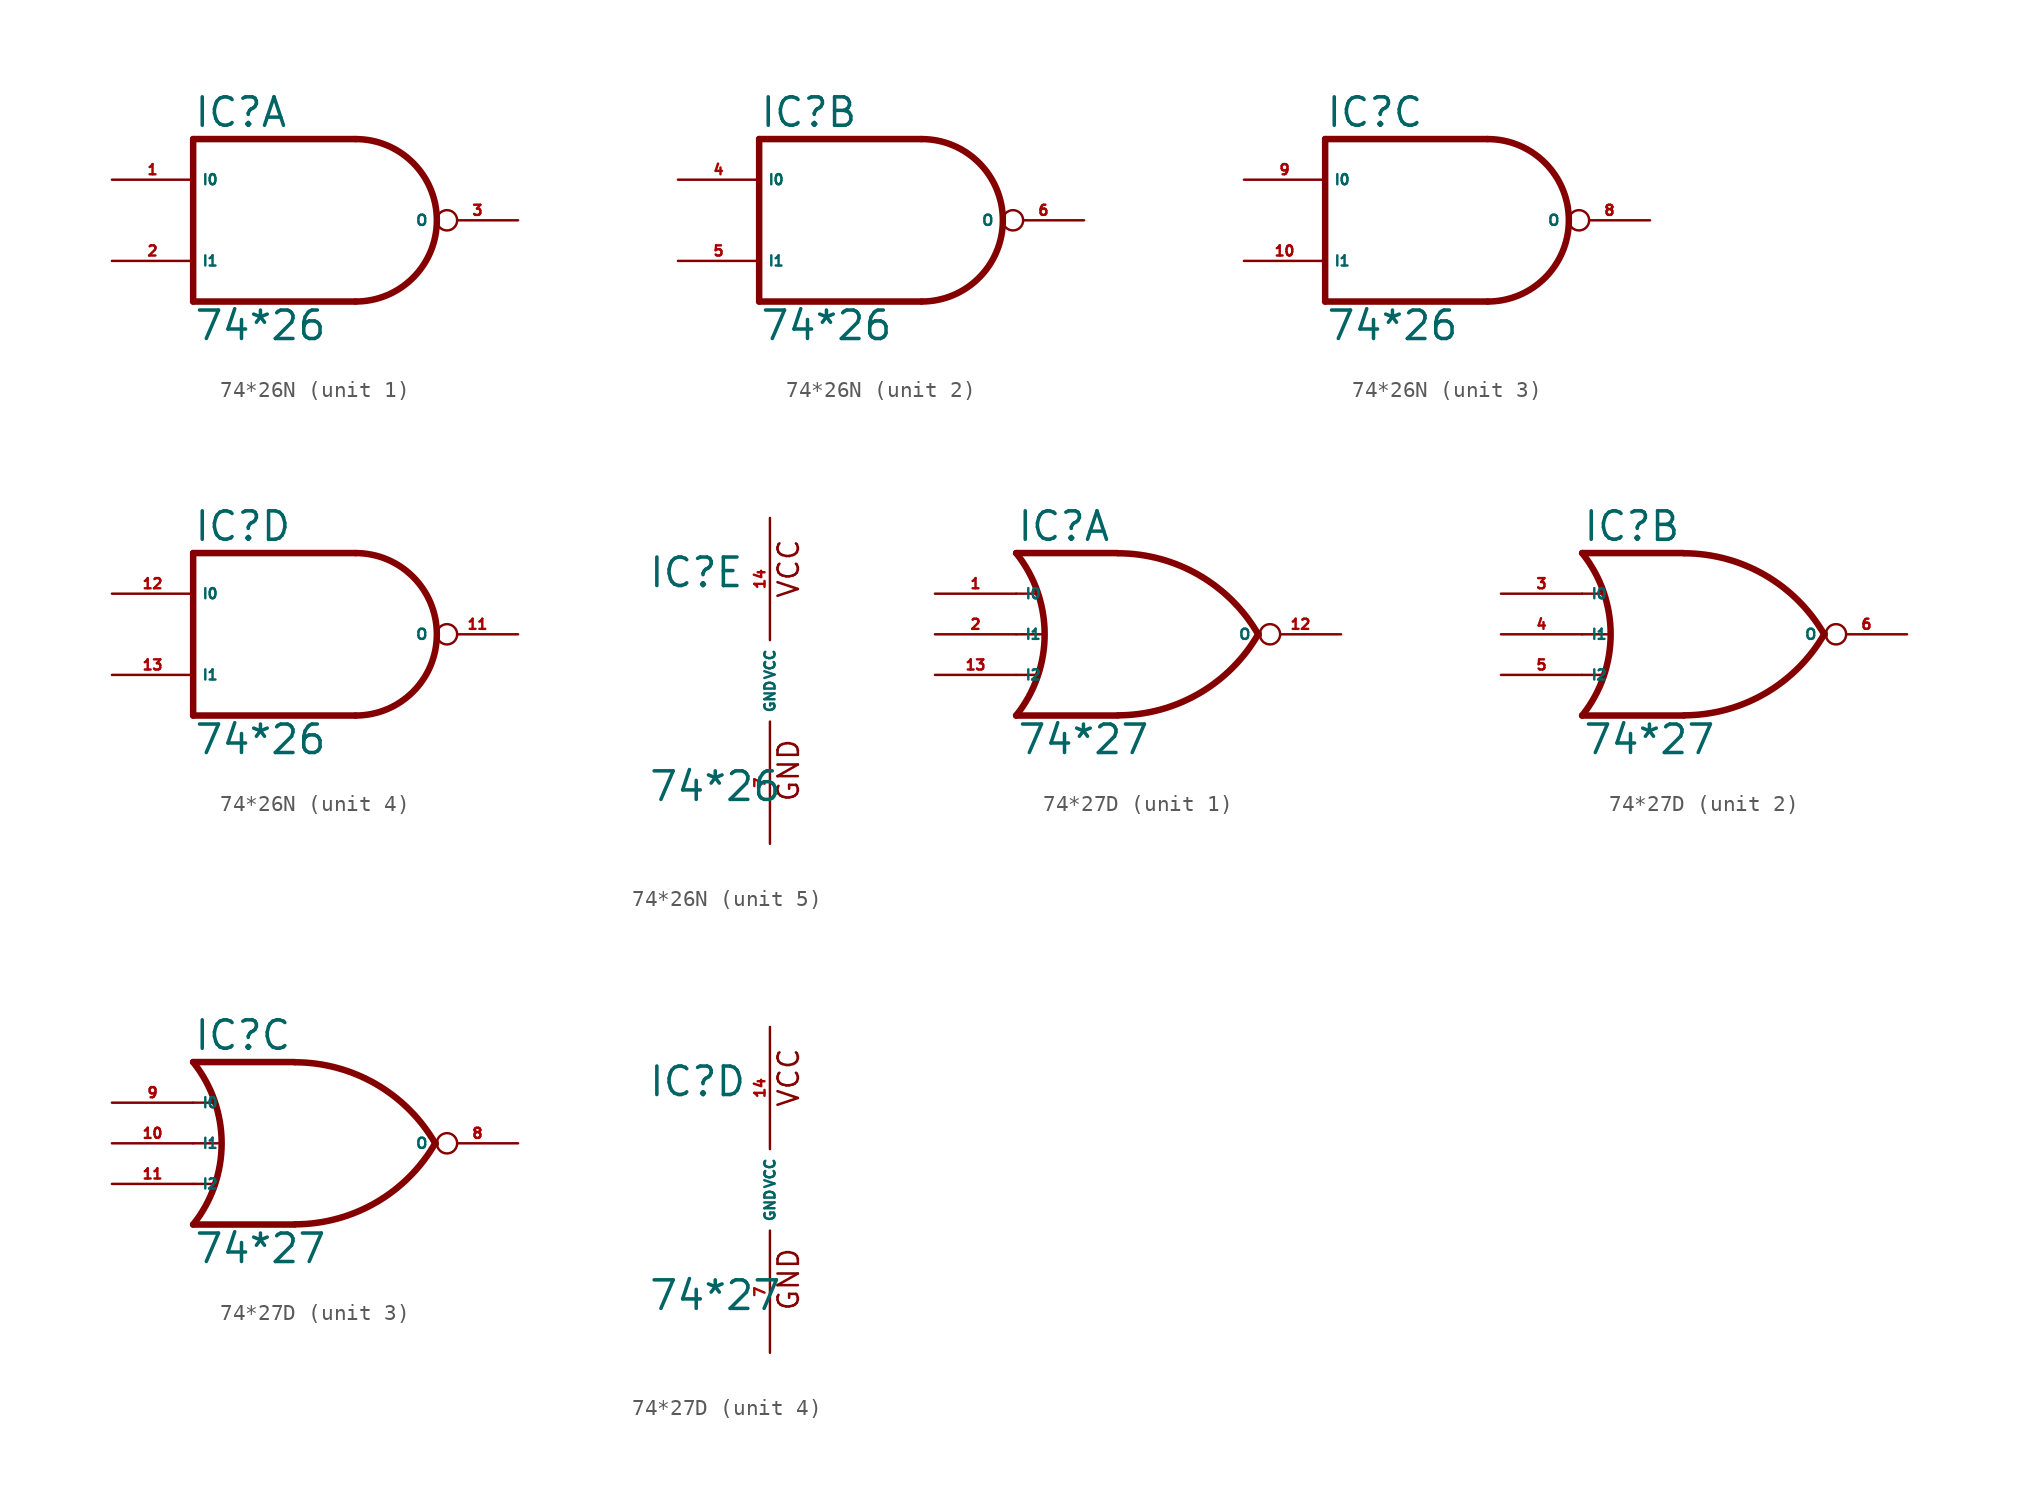
<source format=kicad_sym>
(kicad_symbol_lib
  (version 20220914)
  (generator Eagle2Kicad)
  (symbol "74*26N"
    (property "Reference" "IC"
      (at -7.62 5.715 0)
      (effects (font (size 1.778 1.778) (thickness 0.22)) (justify left bottom)))
    (property "Value" "74*26"
      (at -7.62 -7.62 0)
      (effects (font (size 1.778 1.778) (thickness 0.22)) (justify left bottom)))
    (symbol "74*26N_1_0"
      (polyline (pts (xy 2.54 5.08) (xy -7.62 5.08)) (stroke (width 0.406) (type default)) (fill (type none)))
      (polyline (pts (xy -7.62 5.08) (xy -7.62 -5.08)) (stroke (width 0.406) (type default)) (fill (type none)))
      (polyline (pts (xy -7.62 -5.08) (xy 2.54 -5.08)) (stroke (width 0.406) (type default)) (fill (type none)))
      (arc (start 2.54 -5.08) (mid 7.620 0.000) (end 2.54 5.08) (stroke (width 0.4064) (type default)) (fill (type none)))
      (pin input line (at -12.7 2.54 0) (length 5.08) (name "I0" (effects (font (size 0.635 0.635) (thickness 0.08)) (justify left bottom))) (number "1" (effects (font (size 0.635 0.635) (thickness 0.08)) (justify left bottom))))
      (pin input line (at -12.7 -2.54 0) (length 5.08) (name "I1" (effects (font (size 0.635 0.635) (thickness 0.08)) (justify left bottom))) (number "2" (effects (font (size 0.635 0.635) (thickness 0.08)) (justify left bottom))))
      (pin open_collector inverted (at 12.7 0 180) (length 5.08) (name "O" (effects (font (size 0.635 0.635) (thickness 0.08)) (justify left bottom))) (number "3" (effects (font (size 0.635 0.635) (thickness 0.08)) (justify left bottom)))))
    (symbol "74*26N_2_0"
      (polyline (pts (xy 2.54 5.08) (xy -7.62 5.08)) (stroke (width 0.406) (type default)) (fill (type none)))
      (polyline (pts (xy -7.62 5.08) (xy -7.62 -5.08)) (stroke (width 0.406) (type default)) (fill (type none)))
      (polyline (pts (xy -7.62 -5.08) (xy 2.54 -5.08)) (stroke (width 0.406) (type default)) (fill (type none)))
      (arc (start 2.54 -5.08) (mid 7.620 0.000) (end 2.54 5.08) (stroke (width 0.4064) (type default)) (fill (type none)))
      (pin input line (at -12.7 2.54 0) (length 5.08) (name "I0" (effects (font (size 0.635 0.635) (thickness 0.08)) (justify left bottom))) (number "4" (effects (font (size 0.635 0.635) (thickness 0.08)) (justify left bottom))))
      (pin input line (at -12.7 -2.54 0) (length 5.08) (name "I1" (effects (font (size 0.635 0.635) (thickness 0.08)) (justify left bottom))) (number "5" (effects (font (size 0.635 0.635) (thickness 0.08)) (justify left bottom))))
      (pin open_collector inverted (at 12.7 0 180) (length 5.08) (name "O" (effects (font (size 0.635 0.635) (thickness 0.08)) (justify left bottom))) (number "6" (effects (font (size 0.635 0.635) (thickness 0.08)) (justify left bottom)))))
    (symbol "74*26N_3_0"
      (polyline (pts (xy 2.54 5.08) (xy -7.62 5.08)) (stroke (width 0.406) (type default)) (fill (type none)))
      (polyline (pts (xy -7.62 5.08) (xy -7.62 -5.08)) (stroke (width 0.406) (type default)) (fill (type none)))
      (polyline (pts (xy -7.62 -5.08) (xy 2.54 -5.08)) (stroke (width 0.406) (type default)) (fill (type none)))
      (arc (start 2.54 -5.08) (mid 7.620 0.000) (end 2.54 5.08) (stroke (width 0.4064) (type default)) (fill (type none)))
      (pin input line (at -12.7 2.54 0) (length 5.08) (name "I0" (effects (font (size 0.635 0.635) (thickness 0.08)) (justify left bottom))) (number "9" (effects (font (size 0.635 0.635) (thickness 0.08)) (justify left bottom))))
      (pin input line (at -12.7 -2.54 0) (length 5.08) (name "I1" (effects (font (size 0.635 0.635) (thickness 0.08)) (justify left bottom))) (number "10" (effects (font (size 0.635 0.635) (thickness 0.08)) (justify left bottom))))
      (pin open_collector inverted (at 12.7 0 180) (length 5.08) (name "O" (effects (font (size 0.635 0.635) (thickness 0.08)) (justify left bottom))) (number "8" (effects (font (size 0.635 0.635) (thickness 0.08)) (justify left bottom)))))
    (symbol "74*26N_4_0"
      (polyline (pts (xy 2.54 5.08) (xy -7.62 5.08)) (stroke (width 0.406) (type default)) (fill (type none)))
      (polyline (pts (xy -7.62 5.08) (xy -7.62 -5.08)) (stroke (width 0.406) (type default)) (fill (type none)))
      (polyline (pts (xy -7.62 -5.08) (xy 2.54 -5.08)) (stroke (width 0.406) (type default)) (fill (type none)))
      (arc (start 2.54 -5.08) (mid 7.620 0.000) (end 2.54 5.08) (stroke (width 0.4064) (type default)) (fill (type none)))
      (pin input line (at -12.7 2.54 0) (length 5.08) (name "I0" (effects (font (size 0.635 0.635) (thickness 0.08)) (justify left bottom))) (number "12" (effects (font (size 0.635 0.635) (thickness 0.08)) (justify left bottom))))
      (pin input line (at -12.7 -2.54 0) (length 5.08) (name "I1" (effects (font (size 0.635 0.635) (thickness 0.08)) (justify left bottom))) (number "13" (effects (font (size 0.635 0.635) (thickness 0.08)) (justify left bottom))))
      (pin open_collector inverted (at 12.7 0 180) (length 5.08) (name "O" (effects (font (size 0.635 0.635) (thickness 0.08)) (justify left bottom))) (number "11" (effects (font (size 0.635 0.635) (thickness 0.08)) (justify left bottom)))))
    (symbol "74*26N_5_0"
      (text "GND" (at 1.905 -7.62 900) (effects (font (size 1.27 1.27) (thickness 0.16)) (justify left bottom)))
      (text "VCC" (at 1.905 5.08 900) (effects (font (size 1.27 1.27) (thickness 0.16)) (justify left bottom)))
      (pin unspecified line (at 0 -10.16 90) (length 7.62) (name "GND" (effects (font (size 0.635 0.635) (thickness 0.08)) (justify left bottom))) (number "7" (effects (font (size 0.635 0.635) (thickness 0.08)) (justify left bottom))))
      (pin unspecified line (at 0 10.16 270) (length 7.62) (name "VCC" (effects (font (size 0.635 0.635) (thickness 0.08)) (justify left bottom))) (number "14" (effects (font (size 0.635 0.635) (thickness 0.08)) (justify left bottom))))))
  (symbol "74*27D"
    (property "Reference" "IC"
      (at -7.62 5.715 0)
      (effects (font (size 1.778 1.778) (thickness 0.22)) (justify left bottom)))
    (property "Value" "74*27"
      (at -7.62 -7.62 0)
      (effects (font (size 1.778 1.778) (thickness 0.22)) (justify left bottom)))
    (symbol "74*27D_1_0"
      (polyline (pts (xy -1.27 5.08) (xy -7.62 5.08)) (stroke (width 0.406) (type default)) (fill (type none)))
      (polyline (pts (xy -1.27 -5.08) (xy -7.62 -5.08)) (stroke (width 0.406) (type default)) (fill (type none)))
      (polyline (pts (xy -7.62 2.54) (xy -6.35 2.54)) (stroke (width 0.152) (type default)) (fill (type none)))
      (polyline (pts (xy -7.62 -2.54) (xy -6.35 -2.54)) (stroke (width 0.152) (type default)) (fill (type none)))
      (arc (start -1.2446 -5.0678) (mid 3.837 -3.689) (end 7.5439 0.0507) (stroke (width 0.4064) (type default)) (fill (type none)))
      (arc (start 7.5442 -0.0505) (mid 3.837 3.689) (end -1.2446 5.0678) (stroke (width 0.4064) (type default)) (fill (type none)))
      (arc (start -7.62 -5.08) (mid -5.838 0.000) (end -7.62 5.08) (stroke (width 0.4064) (type default)) (fill (type none)))
      (polyline (pts (xy -7.62 0) (xy -5.842 0)) (stroke (width 0.152) (type default)) (fill (type none)))
      (pin input line (at -12.7 2.54 0) (length 5.08) (name "I0" (effects (font (size 0.635 0.635) (thickness 0.08)) (justify left bottom))) (number "1" (effects (font (size 0.635 0.635) (thickness 0.08)) (justify left bottom))))
      (pin input line (at -12.7 0 0) (length 5.08) (name "I1" (effects (font (size 0.635 0.635) (thickness 0.08)) (justify left bottom))) (number "2" (effects (font (size 0.635 0.635) (thickness 0.08)) (justify left bottom))))
      (pin output inverted (at 12.7 0 180) (length 5.08) (name "O" (effects (font (size 0.635 0.635) (thickness 0.08)) (justify left bottom))) (number "12" (effects (font (size 0.635 0.635) (thickness 0.08)) (justify left bottom))))
      (pin input line (at -12.7 -2.54 0) (length 5.08) (name "I2" (effects (font (size 0.635 0.635) (thickness 0.08)) (justify left bottom))) (number "13" (effects (font (size 0.635 0.635) (thickness 0.08)) (justify left bottom)))))
    (symbol "74*27D_2_0"
      (polyline (pts (xy -1.27 5.08) (xy -7.62 5.08)) (stroke (width 0.406) (type default)) (fill (type none)))
      (polyline (pts (xy -1.27 -5.08) (xy -7.62 -5.08)) (stroke (width 0.406) (type default)) (fill (type none)))
      (polyline (pts (xy -7.62 2.54) (xy -6.35 2.54)) (stroke (width 0.152) (type default)) (fill (type none)))
      (polyline (pts (xy -7.62 -2.54) (xy -6.35 -2.54)) (stroke (width 0.152) (type default)) (fill (type none)))
      (arc (start -1.2446 -5.0678) (mid 3.837 -3.689) (end 7.5439 0.0507) (stroke (width 0.4064) (type default)) (fill (type none)))
      (arc (start 7.5442 -0.0505) (mid 3.837 3.689) (end -1.2446 5.0678) (stroke (width 0.4064) (type default)) (fill (type none)))
      (arc (start -7.62 -5.08) (mid -5.838 0.000) (end -7.62 5.08) (stroke (width 0.4064) (type default)) (fill (type none)))
      (polyline (pts (xy -7.62 0) (xy -5.842 0)) (stroke (width 0.152) (type default)) (fill (type none)))
      (pin input line (at -12.7 2.54 0) (length 5.08) (name "I0" (effects (font (size 0.635 0.635) (thickness 0.08)) (justify left bottom))) (number "3" (effects (font (size 0.635 0.635) (thickness 0.08)) (justify left bottom))))
      (pin input line (at -12.7 0 0) (length 5.08) (name "I1" (effects (font (size 0.635 0.635) (thickness 0.08)) (justify left bottom))) (number "4" (effects (font (size 0.635 0.635) (thickness 0.08)) (justify left bottom))))
      (pin output inverted (at 12.7 0 180) (length 5.08) (name "O" (effects (font (size 0.635 0.635) (thickness 0.08)) (justify left bottom))) (number "6" (effects (font (size 0.635 0.635) (thickness 0.08)) (justify left bottom))))
      (pin input line (at -12.7 -2.54 0) (length 5.08) (name "I2" (effects (font (size 0.635 0.635) (thickness 0.08)) (justify left bottom))) (number "5" (effects (font (size 0.635 0.635) (thickness 0.08)) (justify left bottom)))))
    (symbol "74*27D_3_0"
      (polyline (pts (xy -1.27 5.08) (xy -7.62 5.08)) (stroke (width 0.406) (type default)) (fill (type none)))
      (polyline (pts (xy -1.27 -5.08) (xy -7.62 -5.08)) (stroke (width 0.406) (type default)) (fill (type none)))
      (polyline (pts (xy -7.62 2.54) (xy -6.35 2.54)) (stroke (width 0.152) (type default)) (fill (type none)))
      (polyline (pts (xy -7.62 -2.54) (xy -6.35 -2.54)) (stroke (width 0.152) (type default)) (fill (type none)))
      (arc (start -1.2446 -5.0678) (mid 3.837 -3.689) (end 7.5439 0.0507) (stroke (width 0.4064) (type default)) (fill (type none)))
      (arc (start 7.5442 -0.0505) (mid 3.837 3.689) (end -1.2446 5.0678) (stroke (width 0.4064) (type default)) (fill (type none)))
      (arc (start -7.62 -5.08) (mid -5.838 0.000) (end -7.62 5.08) (stroke (width 0.4064) (type default)) (fill (type none)))
      (polyline (pts (xy -7.62 0) (xy -5.842 0)) (stroke (width 0.152) (type default)) (fill (type none)))
      (pin input line (at -12.7 2.54 0) (length 5.08) (name "I0" (effects (font (size 0.635 0.635) (thickness 0.08)) (justify left bottom))) (number "9" (effects (font (size 0.635 0.635) (thickness 0.08)) (justify left bottom))))
      (pin input line (at -12.7 0 0) (length 5.08) (name "I1" (effects (font (size 0.635 0.635) (thickness 0.08)) (justify left bottom))) (number "10" (effects (font (size 0.635 0.635) (thickness 0.08)) (justify left bottom))))
      (pin output inverted (at 12.7 0 180) (length 5.08) (name "O" (effects (font (size 0.635 0.635) (thickness 0.08)) (justify left bottom))) (number "8" (effects (font (size 0.635 0.635) (thickness 0.08)) (justify left bottom))))
      (pin input line (at -12.7 -2.54 0) (length 5.08) (name "I2" (effects (font (size 0.635 0.635) (thickness 0.08)) (justify left bottom))) (number "11" (effects (font (size 0.635 0.635) (thickness 0.08)) (justify left bottom)))))
    (symbol "74*27D_4_0"
      (text "GND" (at 1.905 -7.62 900) (effects (font (size 1.27 1.27) (thickness 0.16)) (justify left bottom)))
      (text "VCC" (at 1.905 5.08 900) (effects (font (size 1.27 1.27) (thickness 0.16)) (justify left bottom)))
      (pin unspecified line (at 0 -10.16 90) (length 7.62) (name "GND" (effects (font (size 0.635 0.635) (thickness 0.08)) (justify left bottom))) (number "7" (effects (font (size 0.635 0.635) (thickness 0.08)) (justify left bottom))))
      (pin unspecified line (at 0 10.16 270) (length 7.62) (name "VCC" (effects (font (size 0.635 0.635) (thickness 0.08)) (justify left bottom))) (number "14" (effects (font (size 0.635 0.635) (thickness 0.08)) (justify left bottom)))))))
</source>
